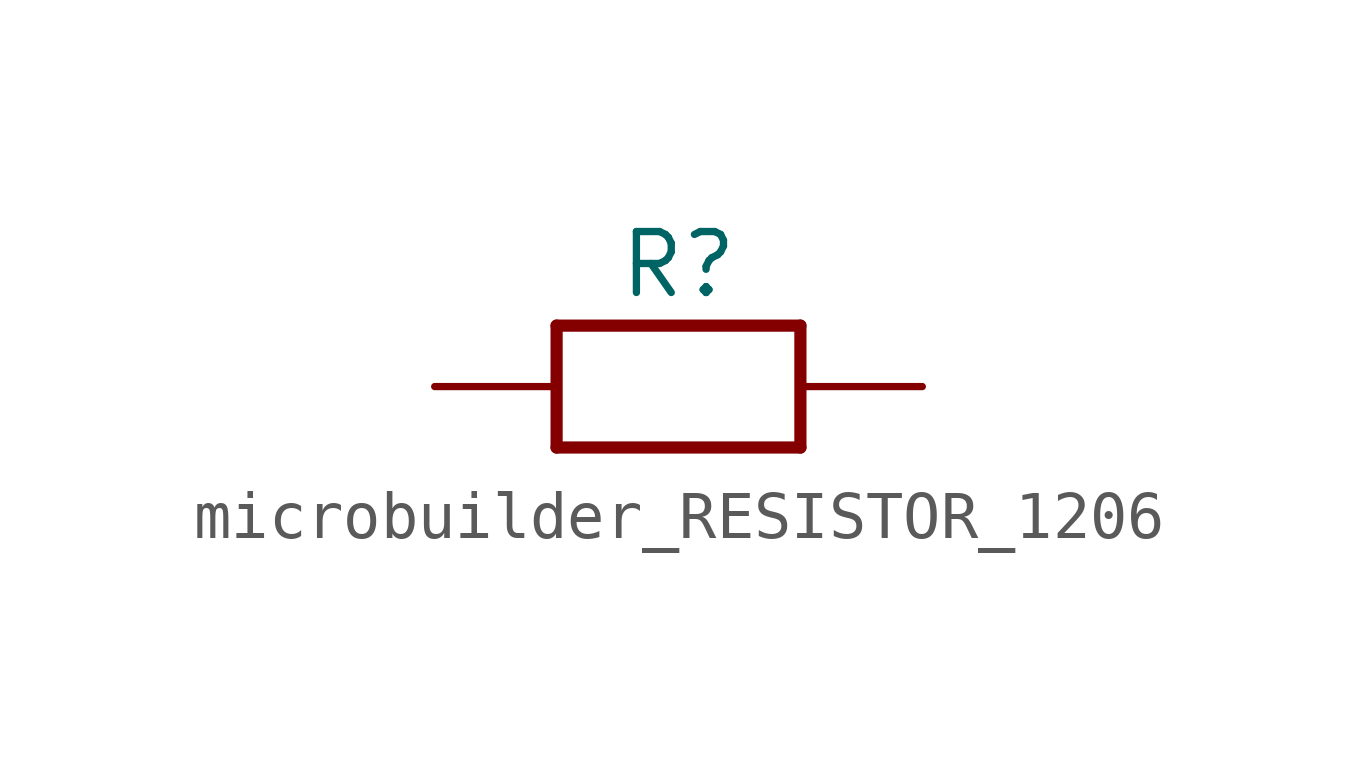
<source format=kicad_sym>
(kicad_symbol_lib
  (version 20231120)
  (generator "kicad_symbol_editor")
  (generator_version "8.0")
  (symbol "microbuilder_RESISTOR_1206"
    (property "Reference" "R"
      (at 0 2.54 0)
      (effects (font (size 1.27 1.27))))
    (property "Value" ""
      (at 0 0 0)
      (effects (font (size 1.016 1.016) (thickness 0.203) (bold yes))))
    (property "ki_locked" ""
      (at 0 0 0)
      (effects (font (size 1.27 1.27))))
    (symbol "microbuilder_RESISTOR_1206_1_0"
      (polyline (pts (xy -2.54 -1.27) (xy -2.54 1.27)) (stroke (width 0.254) (type solid)) (fill (type none)))
      (polyline (pts (xy -2.54 1.27) (xy 2.54 1.27)) (stroke (width 0.254) (type solid)) (fill (type none)))
      (polyline (pts (xy 2.54 -1.27) (xy -2.54 -1.27)) (stroke (width 0.254) (type solid)) (fill (type none)))
      (polyline (pts (xy 2.54 1.27) (xy 2.54 -1.27)) (stroke (width 0.254) (type solid)) (fill (type none)))
      (pin passive line (at -5.08 0 0) (length 2.54) (name "1" (effects (font (size 0 0)))) (number "1" (effects (font (size 0 0)))))
      (pin passive line (at 5.08 0 180) (length 2.54) (name "2" (effects (font (size 0 0)))) (number "2" (effects (font (size 0 0))))))))
</source>
